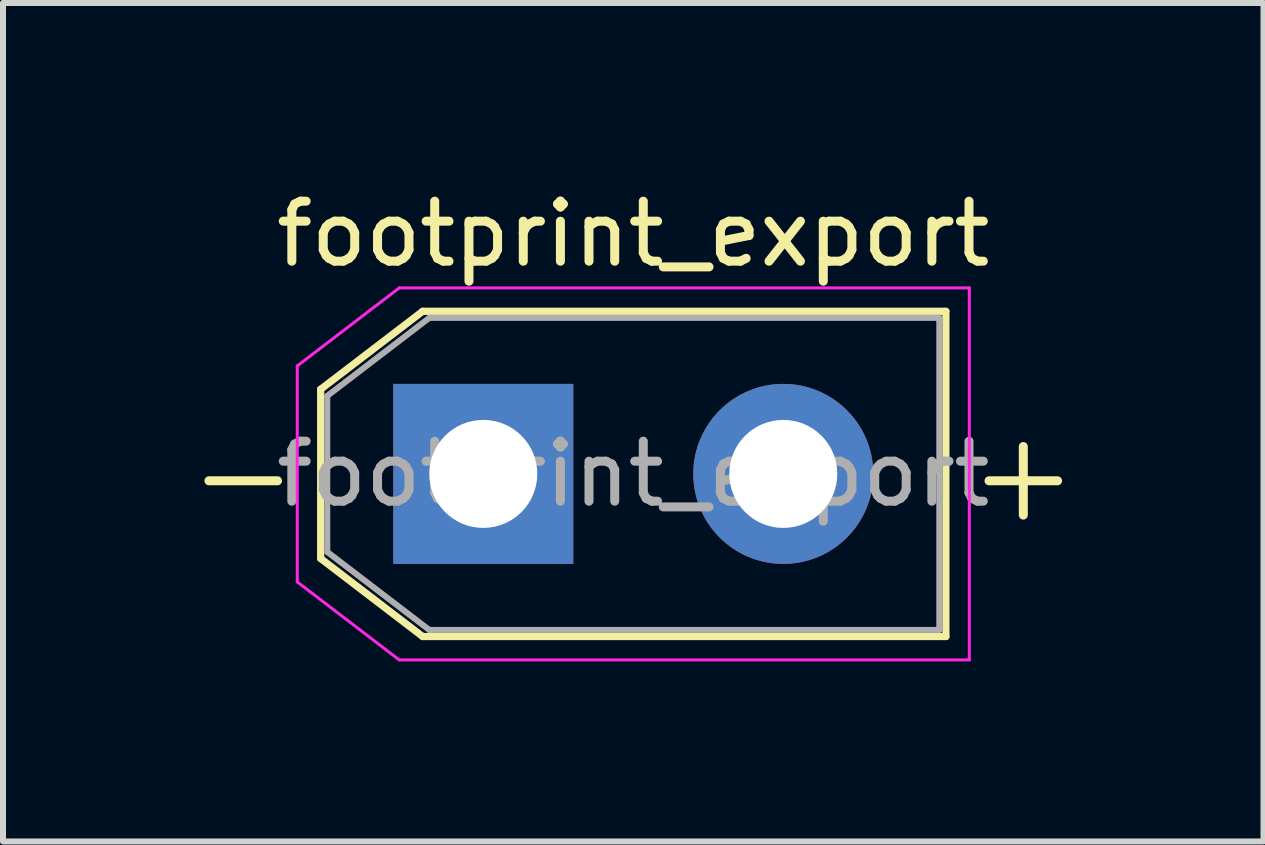
<source format=kicad_pcb>
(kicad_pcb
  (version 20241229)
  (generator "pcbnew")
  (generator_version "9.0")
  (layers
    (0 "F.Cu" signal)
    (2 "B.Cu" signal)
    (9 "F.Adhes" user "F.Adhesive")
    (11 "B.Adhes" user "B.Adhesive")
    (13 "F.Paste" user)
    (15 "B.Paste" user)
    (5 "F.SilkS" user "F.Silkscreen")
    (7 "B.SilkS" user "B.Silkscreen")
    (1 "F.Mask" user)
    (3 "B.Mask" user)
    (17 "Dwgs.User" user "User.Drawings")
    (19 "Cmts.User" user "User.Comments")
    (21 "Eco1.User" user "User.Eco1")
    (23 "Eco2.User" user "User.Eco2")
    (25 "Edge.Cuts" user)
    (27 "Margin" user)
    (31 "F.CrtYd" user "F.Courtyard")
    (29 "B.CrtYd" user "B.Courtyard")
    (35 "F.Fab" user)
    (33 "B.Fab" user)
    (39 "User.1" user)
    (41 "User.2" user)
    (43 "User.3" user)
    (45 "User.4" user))
  (footprint "footprint_export"
    (layer "F.Cu")
    (at 5.004 4.848)
    (property "Reference" "footprint_export" (at 2.5 -4 0) (layer "F.SilkS") (effects (font (size 1 1) (thickness 0.15))))
    (attr through_hole)
    (fp_line (start -2.71 -1.41) (end -2.71 1.41) (stroke (width 0.12) (type solid)) (layer "F.SilkS"))
    (fp_line (start -2.71 -1.41) (end -1.01 -2.71) (stroke (width 0.12) (type solid)) (layer "F.SilkS"))
    (fp_line (start -2.71 1.41) (end -1.01 2.71) (stroke (width 0.12) (type solid)) (layer "F.SilkS"))
    (fp_line (start -1.01 -2.71) (end 7.71 -2.71) (stroke (width 0.12) (type solid)) (layer "F.SilkS"))
    (fp_line (start -1.01 2.71) (end 7.71 2.71) (stroke (width 0.12) (type solid)) (layer "F.SilkS"))
    (fp_line (start 7.71 -2.71) (end 7.71 2.71) (stroke (width 0.12) (type solid)) (layer "F.SilkS"))
    (fp_line (start -3.1 -1.8) (end -3.1 1.8) (stroke (width 0.05) (type solid)) (layer "F.CrtYd"))
    (fp_line (start -3.1 -1.8) (end -1.4 -3.1) (stroke (width 0.05) (type solid)) (layer "F.CrtYd"))
    (fp_line (start -3.1 1.8) (end -1.4 3.1) (stroke (width 0.05) (type solid)) (layer "F.CrtYd"))
    (fp_line (start -1.4 -3.1) (end 8.1 -3.1) (stroke (width 0.05) (type solid)) (layer "F.CrtYd"))
    (fp_line (start -1.4 3.1) (end 8.1 3.1) (stroke (width 0.05) (type solid)) (layer "F.CrtYd"))
    (fp_line (start 8.1 -3.1) (end 8.1 3.1) (stroke (width 0.05) (type solid)) (layer "F.CrtYd"))
    (fp_line (start -2.6 -1.3) (end -2.6 1.3) (stroke (width 0.1) (type solid)) (layer "F.Fab"))
    (fp_line (start -2.6 -1.3) (end -0.9 -2.6) (stroke (width 0.1) (type solid)) (layer "F.Fab"))
    (fp_line (start -2.6 1.3) (end -0.9 2.6) (stroke (width 0.1) (type solid)) (layer "F.Fab"))
    (fp_line (start -0.9 -2.6) (end 7.6 -2.6) (stroke (width 0.1) (type solid)) (layer "F.Fab"))
    (fp_line (start -0.9 2.6) (end 7.6 2.6) (stroke (width 0.1) (type solid)) (layer "F.Fab"))
    (fp_line (start 7.6 -2.6) (end 7.6 2.6) (stroke (width 0.1) (type solid)) (layer "F.Fab"))
    (fp_text user "+" (at 9 0 0) (layer "F.SilkS") (effects (font (size 1.5 1.5) (thickness 0.15))))
    (fp_text user "-" (at -4 0 0) (layer "F.SilkS") (effects (font (size 1.5 1.5) (thickness 0.15))))
    (fp_text user "${REFERENCE}" (at 2.5 0 0) (layer "F.Fab") (effects (font (size 1 1) (thickness 0.15))))
    (pad "1" thru_hole rect (at 0 0) (size 3 3) (drill 1.8) (layers "*.Cu" "*.Mask"))
    (pad "2" thru_hole circle (at 5 0) (size 3 3) (drill 1.8) (layers "*.Cu" "*.Mask")))
  (gr_rect
    (start -3 -3)
    (end 18.007 10.973)
    (stroke (width 0.1) (type default))
    (fill no)
    (layer "Edge.Cuts")))
</source>
